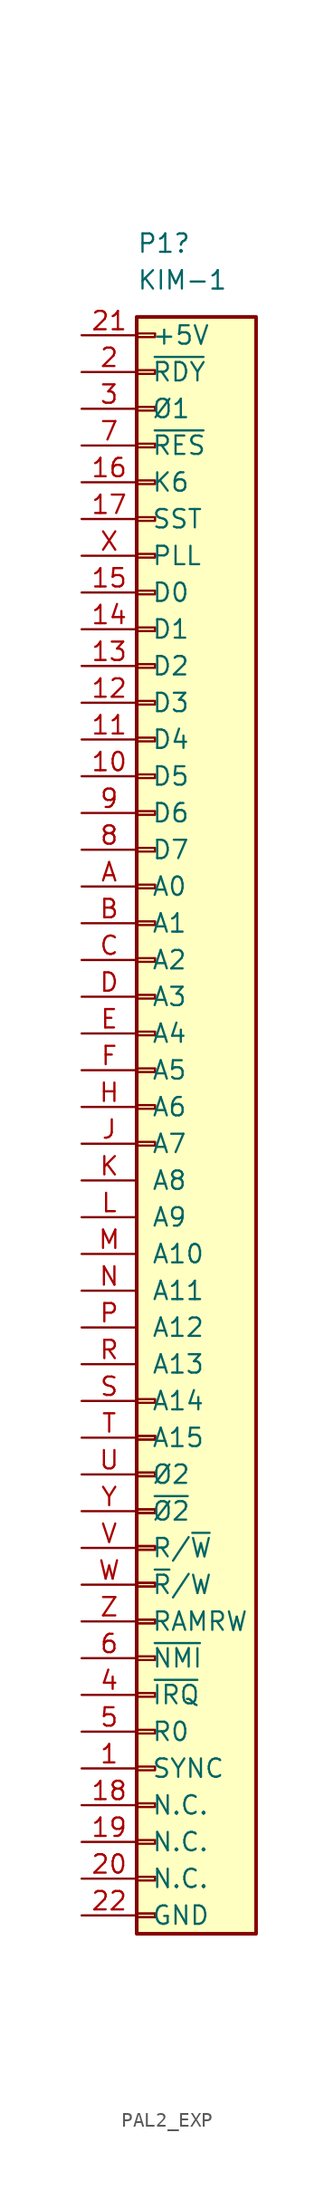
<source format=kicad_sym>
(kicad_symbol_lib
  (version 20220914)
  (generator kicad_symbol_editor)
  (symbol "PAL2_EXP"
    (pin_names
      (offset 1.016))
    (property "Reference" "P1"
      (at -1.27 59.69 0)
      (effects (font (size 1.27 1.27)) (justify left)))
    (property "Value" "KIM-1"
      (at -1.27 57.15 0)
      (effects (font (size 1.27 1.27)) (justify left)))
    (symbol "PAL2_EXP_1_1"
      (rectangle (start -1.27 -55.753) (end 0 -56.007) (stroke (width 0.152) (type default)) (fill (type none)))
      (rectangle (start -1.27 -53.213) (end 0 -53.467) (stroke (width 0.152) (type default)) (fill (type none)))
      (rectangle (start -1.27 -50.673) (end 0 -50.927) (stroke (width 0.152) (type default)) (fill (type none)))
      (rectangle (start -1.27 -48.133) (end 0 -48.387) (stroke (width 0.152) (type default)) (fill (type none)))
      (rectangle (start -1.27 -45.593) (end 0 -45.847) (stroke (width 0.152) (type default)) (fill (type none)))
      (rectangle (start -1.27 7.747) (end 0 7.493) (stroke (width 0.152) (type default)) (fill (type none)))
      (rectangle (start -1.27 10.287) (end 0 10.033) (stroke (width 0.152) (type default)) (fill (type none)))
      (rectangle (start -1.27 12.827) (end 0 12.573) (stroke (width 0.152) (type default)) (fill (type none)))
      (rectangle (start -1.27 15.367) (end 0 15.113) (stroke (width 0.152) (type default)) (fill (type none)))
      (rectangle (start -1.27 17.907) (end 0 17.653) (stroke (width 0.152) (type default)) (fill (type none)))
      (rectangle (start -1.27 20.447) (end 0 20.193) (stroke (width 0.152) (type default)) (fill (type none)))
      (rectangle (start -1.27 22.987) (end 0 22.733) (stroke (width 0.152) (type default)) (fill (type none)))
      (rectangle (start -1.27 25.527) (end 0 25.273) (stroke (width 0.152) (type default)) (fill (type none)))
      (rectangle (start -1.27 28.067) (end 0 27.813) (stroke (width 0.152) (type default)) (fill (type none)))
      (rectangle (start -1.27 30.607) (end 0 30.353) (stroke (width 0.152) (type default)) (fill (type none)))
      (rectangle (start -1.27 33.147) (end 0 32.893) (stroke (width 0.152) (type default)) (fill (type none)))
      (rectangle (start -1.27 35.687) (end 0 35.433) (stroke (width 0.152) (type default)) (fill (type none)))
      (rectangle (start -1.27 38.227) (end 0 37.973) (stroke (width 0.152) (type default)) (fill (type none)))
      (rectangle (start -1.27 40.767) (end 0 40.513) (stroke (width 0.152) (type default)) (fill (type none)))
      (rectangle (start -1.27 43.307) (end 0 43.053) (stroke (width 0.152) (type default)) (fill (type none)))
      (rectangle (start -1.27 45.847) (end 0 45.593) (stroke (width 0.152) (type default)) (fill (type none)))
      (rectangle (start -1.27 48.387) (end 0 48.133) (stroke (width 0.152) (type default)) (fill (type none)))
      (rectangle (start -1.27 50.927) (end 0 50.673) (stroke (width 0.152) (type default)) (fill (type none)))
      (rectangle (start -1.27 53.467) (end 0 53.213) (stroke (width 0.152) (type default)) (fill (type none)))
      (rectangle (start -1.27 54.61) (end 6.985 -57.15) (stroke (width 0.254) (type default)) (fill (type background)))
      (rectangle (start 0 -56.007) (end -1.27 -55.753) (stroke (width 0.152) (type default)) (fill (type none)))
      (rectangle (start 0 -43.307) (end -1.27 -43.053) (stroke (width 0.152) (type default)) (fill (type none)))
      (rectangle (start 0 -40.767) (end -1.27 -40.513) (stroke (width 0.152) (type default)) (fill (type none)))
      (rectangle (start 0 -38.227) (end -1.27 -37.973) (stroke (width 0.152) (type default)) (fill (type none)))
      (rectangle (start 0 -35.687) (end -1.27 -35.433) (stroke (width 0.152) (type default)) (fill (type none)))
      (rectangle (start 0 -35.687) (end -1.27 -35.433) (stroke (width 0.152) (type default)) (fill (type none)))
      (rectangle (start 0 -33.147) (end -1.27 -32.893) (stroke (width 0.152) (type default)) (fill (type none)))
      (rectangle (start 0 -33.147) (end -1.27 -32.893) (stroke (width 0.152) (type default)) (fill (type none)))
      (rectangle (start 0 -30.607) (end -1.27 -30.353) (stroke (width 0.152) (type default)) (fill (type none)))
      (rectangle (start 0 -30.607) (end -1.27 -30.353) (stroke (width 0.152) (type default)) (fill (type none)))
      (rectangle (start 0 -28.067) (end -1.27 -27.813) (stroke (width 0.152) (type default)) (fill (type none)))
      (rectangle (start 0 -28.067) (end -1.27 -27.813) (stroke (width 0.152) (type default)) (fill (type none)))
      (rectangle (start 0 -25.527) (end -1.27 -25.273) (stroke (width 0.152) (type default)) (fill (type none)))
      (rectangle (start 0 -25.527) (end -1.27 -25.273) (stroke (width 0.152) (type default)) (fill (type none)))
      (rectangle (start 0 -22.987) (end -1.27 -22.733) (stroke (width 0.152) (type default)) (fill (type none)))
      (rectangle (start 0 -22.987) (end -1.27 -22.733) (stroke (width 0.152) (type default)) (fill (type none)))
      (rectangle (start 0 -20.447) (end -1.27 -20.193) (stroke (width 0.152) (type default)) (fill (type none)))
      (rectangle (start 0 -2.667) (end -1.27 -2.413) (stroke (width 0.152) (type default)) (fill (type none)))
      (rectangle (start 0 -0.127) (end -1.27 0.127) (stroke (width 0.152) (type default)) (fill (type none)))
      (rectangle (start 0 2.413) (end -1.27 2.667) (stroke (width 0.152) (type default)) (fill (type none)))
      (rectangle (start 0 4.953) (end -1.27 5.207) (stroke (width 0.152) (type default)) (fill (type none)))
      (pin passive line (at -5.08 -45.72 0) (length 3.81) (name "SYNC" (effects (font (size 1.27 1.27)))) (number "1" (effects (font (size 1.27 1.27)))))
      (pin passive line (at -5.08 22.86 0) (length 3.81) (name "D5" (effects (font (size 1.27 1.27)))) (number "10" (effects (font (size 1.27 1.27)))))
      (pin passive line (at -5.08 25.4 0) (length 3.81) (name "D4" (effects (font (size 1.27 1.27)))) (number "11" (effects (font (size 1.27 1.27)))))
      (pin passive line (at -5.08 27.94 0) (length 3.81) (name "D3" (effects (font (size 1.27 1.27)))) (number "12" (effects (font (size 1.27 1.27)))))
      (pin passive line (at -5.08 30.48 0) (length 3.81) (name "D2" (effects (font (size 1.27 1.27)))) (number "13" (effects (font (size 1.27 1.27)))))
      (pin passive line (at -5.08 33.02 0) (length 3.81) (name "D1" (effects (font (size 1.27 1.27)))) (number "14" (effects (font (size 1.27 1.27)))))
      (pin passive line (at -5.08 35.56 0) (length 3.81) (name "D0" (effects (font (size 1.27 1.27)))) (number "15" (effects (font (size 1.27 1.27)))))
      (pin passive line (at -5.08 43.18 0) (length 3.81) (name "K6" (effects (font (size 1.27 1.27)))) (number "16" (effects (font (size 1.27 1.27)))))
      (pin passive line (at -5.08 40.64 0) (length 3.81) (name "SST" (effects (font (size 1.27 1.27)))) (number "17" (effects (font (size 1.27 1.27)))))
      (pin passive line (at -5.08 -48.26 0) (length 3.81) (name "N.C." (effects (font (size 1.27 1.27)))) (number "18" (effects (font (size 1.27 1.27)))))
      (pin passive line (at -5.08 -50.8 0) (length 3.81) (name "N.C." (effects (font (size 1.27 1.27)))) (number "19" (effects (font (size 1.27 1.27)))))
      (pin passive line (at -5.08 50.8 0) (length 3.81) (name "~{RDY}" (effects (font (size 1.27 1.27)))) (number "2" (effects (font (size 1.27 1.27)))))
      (pin passive line (at -5.08 -53.34 0) (length 3.81) (name "N.C." (effects (font (size 1.27 1.27)))) (number "20" (effects (font (size 1.27 1.27)))))
      (pin passive line (at -5.08 53.34 0) (length 3.81) (name "+5V" (effects (font (size 1.27 1.27)))) (number "21" (effects (font (size 1.27 1.27)))))
      (pin passive line (at -5.08 -55.88 0) (length 3.81) (name "GND" (effects (font (size 1.27 1.27)))) (number "22" (effects (font (size 1.27 1.27)))))
      (pin passive line (at -5.08 48.26 0) (length 3.81) (name "Ø1" (effects (font (size 1.27 1.27)))) (number "3" (effects (font (size 1.27 1.27)))))
      (pin passive line (at -5.08 -40.64 0) (length 3.81) (name "~{IRQ}" (effects (font (size 1.27 1.27)))) (number "4" (effects (font (size 1.27 1.27)))))
      (pin passive line (at -5.08 -43.18 0) (length 3.81) (name "R0" (effects (font (size 1.27 1.27)))) (number "5" (effects (font (size 1.27 1.27)))))
      (pin passive line (at -5.08 -38.1 0) (length 3.81) (name "~{NMI}" (effects (font (size 1.27 1.27)))) (number "6" (effects (font (size 1.27 1.27)))))
      (pin passive line (at -5.08 45.72 0) (length 3.81) (name "~{RES}" (effects (font (size 1.27 1.27)))) (number "7" (effects (font (size 1.27 1.27)))))
      (pin passive line (at -5.08 17.78 0) (length 3.81) (name "D7" (effects (font (size 1.27 1.27)))) (number "8" (effects (font (size 1.27 1.27)))))
      (pin passive line (at -5.08 20.32 0) (length 3.81) (name "D6" (effects (font (size 1.27 1.27)))) (number "9" (effects (font (size 1.27 1.27)))))
      (pin passive line (at -5.08 15.24 0) (length 3.81) (name "A0" (effects (font (size 1.27 1.27)))) (number "A" (effects (font (size 1.27 1.27)))))
      (pin passive line (at -5.08 12.7 0) (length 3.81) (name "A1" (effects (font (size 1.27 1.27)))) (number "B" (effects (font (size 1.27 1.27)))))
      (pin passive line (at -5.08 10.16 0) (length 3.81) (name "A2" (effects (font (size 1.27 1.27)))) (number "C" (effects (font (size 1.27 1.27)))))
      (pin passive line (at -5.08 7.62 0) (length 3.81) (name "A3" (effects (font (size 1.27 1.27)))) (number "D" (effects (font (size 1.27 1.27)))))
      (pin passive line (at -5.08 5.08 0) (length 3.81) (name "A4" (effects (font (size 1.27 1.27)))) (number "E" (effects (font (size 1.27 1.27)))))
      (pin passive line (at -5.08 2.54 0) (length 3.81) (name "A5" (effects (font (size 1.27 1.27)))) (number "F" (effects (font (size 1.27 1.27)))))
      (pin passive line (at -5.08 0 0) (length 3.81) (name "A6" (effects (font (size 1.27 1.27)))) (number "H" (effects (font (size 1.27 1.27)))))
      (pin passive line (at -5.08 -2.54 0) (length 3.81) (name "A7" (effects (font (size 1.27 1.27)))) (number "J" (effects (font (size 1.27 1.27)))))
      (pin passive line (at -5.08 -5.08 0) (length 3.81) (name "A8" (effects (font (size 1.27 1.27)))) (number "K" (effects (font (size 1.27 1.27)))))
      (pin passive line (at -5.08 -7.62 0) (length 3.81) (name "A9" (effects (font (size 1.27 1.27)))) (number "L" (effects (font (size 1.27 1.27)))))
      (pin passive line (at -5.08 -10.16 0) (length 3.81) (name "A10" (effects (font (size 1.27 1.27)))) (number "M" (effects (font (size 1.27 1.27)))))
      (pin passive line (at -5.08 -12.7 0) (length 3.81) (name "A11" (effects (font (size 1.27 1.27)))) (number "N" (effects (font (size 1.27 1.27)))))
      (pin passive line (at -5.08 -15.24 0) (length 3.81) (name "A12" (effects (font (size 1.27 1.27)))) (number "P" (effects (font (size 1.27 1.27)))))
      (pin passive line (at -5.08 -17.78 0) (length 3.81) (name "A13" (effects (font (size 1.27 1.27)))) (number "R" (effects (font (size 1.27 1.27)))))
      (pin passive line (at -5.08 -20.32 0) (length 3.81) (name "A14" (effects (font (size 1.27 1.27)))) (number "S" (effects (font (size 1.27 1.27)))))
      (pin passive line (at -5.08 -22.86 0) (length 3.81) (name "A15" (effects (font (size 1.27 1.27)))) (number "T" (effects (font (size 1.27 1.27)))))
      (pin passive line (at -5.08 -25.4 0) (length 3.81) (name "Ø2" (effects (font (size 1.27 1.27)))) (number "U" (effects (font (size 1.27 1.27)))))
      (pin passive line (at -5.08 -30.48 0) (length 3.81) (name "R/~{W}" (effects (font (size 1.27 1.27)))) (number "V" (effects (font (size 1.27 1.27)))))
      (pin passive line (at -5.08 -33.02 0) (length 3.81) (name "~{R}/W" (effects (font (size 1.27 1.27)))) (number "W" (effects (font (size 1.27 1.27)))))
      (pin passive line (at -5.08 38.1 0) (length 3.81) (name "PLL" (effects (font (size 1.27 1.27)))) (number "X" (effects (font (size 1.27 1.27)))))
      (pin passive line (at -5.08 -27.94 0) (length 3.81) (name "~{Ø2}" (effects (font (size 1.27 1.27)))) (number "Y" (effects (font (size 1.27 1.27)))))
      (pin passive line (at -5.08 -35.56 0) (length 3.81) (name "RAMRW" (effects (font (size 1.27 1.27)))) (number "Z" (effects (font (size 1.27 1.27))))))))
</source>
